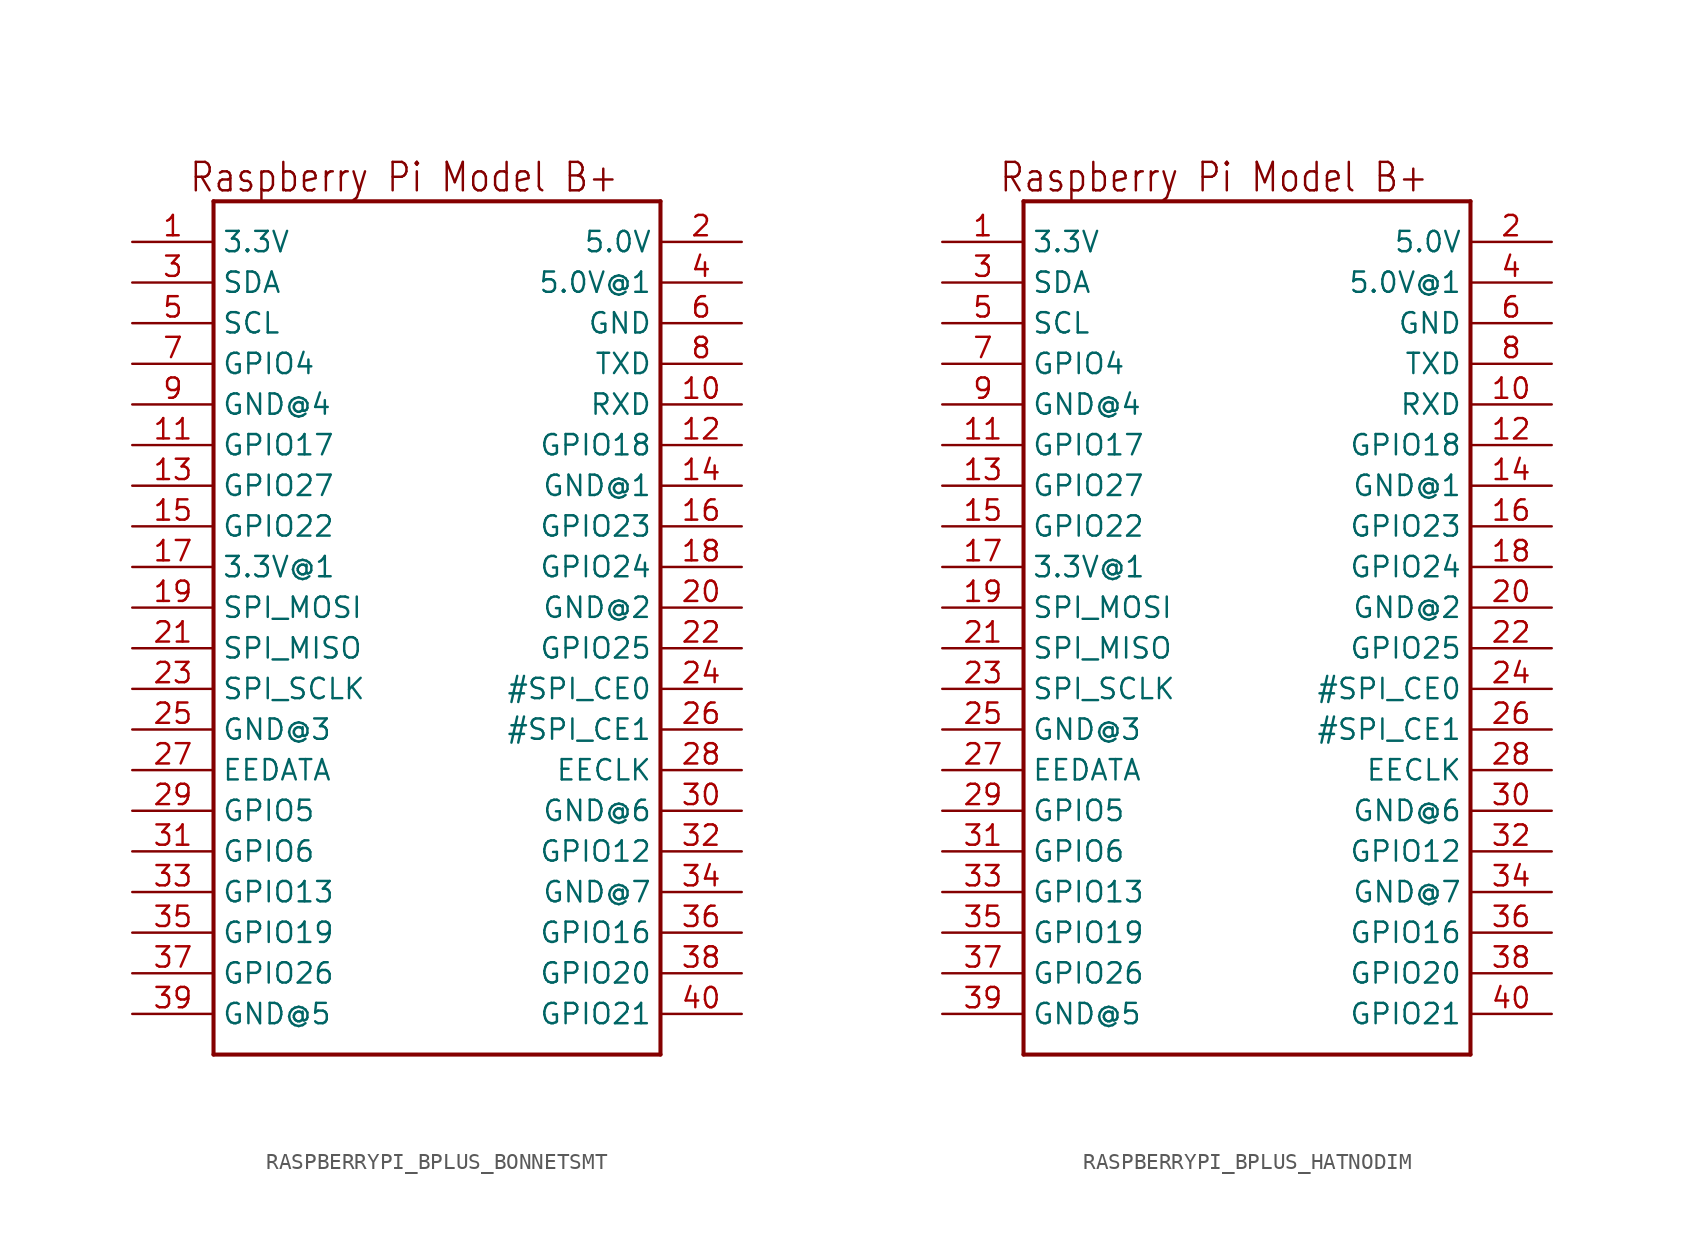
<source format=kicad_sym>
(kicad_symbol_lib
  (version 20220914)
  (generator kicad_symbol_editor)
  (symbol "RASPBERRYPI_BPLUS_BONNETSMT"
    (property "Reference" "RPI"
      (at 0 0 0)
      (effects (font (size 1.27 1.27)) hide))
    (property "ki_locked" ""
      (at 0 0 0)
      (effects (font (size 1.27 1.27))))
    (symbol "RASPBERRYPI_BPLUS_BONNETSMT_1_0"
      (polyline (pts (xy -12.7 -30.48) (xy -12.7 22.86)) (stroke (width 0.254) (type solid)) (fill (type none)))
      (polyline (pts (xy -12.7 22.86) (xy 15.24 22.86)) (stroke (width 0.254) (type solid)) (fill (type none)))
      (polyline (pts (xy 15.24 -30.48) (xy -12.7 -30.48)) (stroke (width 0.254) (type solid)) (fill (type none)))
      (polyline (pts (xy 15.24 22.86) (xy 15.24 -30.48)) (stroke (width 0.254) (type solid)) (fill (type none)))
      (text "Raspberry Pi Model B+" (at 12.7 25.4 0) (effects (font (size 1.778 1.511)) (justify right top)))
      (pin power_in line (at -17.78 20.32 0) (length 5.08) (name "3.3V" (effects (font (size 1.27 1.27)))) (number "1" (effects (font (size 1.27 1.27)))))
      (pin bidirectional line (at 20.32 10.16 180) (length 5.08) (name "RXD" (effects (font (size 1.27 1.27)))) (number "10" (effects (font (size 1.27 1.27)))))
      (pin bidirectional line (at -17.78 7.62 0) (length 5.08) (name "GPIO17" (effects (font (size 1.27 1.27)))) (number "11" (effects (font (size 1.27 1.27)))))
      (pin bidirectional line (at 20.32 7.62 180) (length 5.08) (name "GPIO18" (effects (font (size 1.27 1.27)))) (number "12" (effects (font (size 1.27 1.27)))))
      (pin bidirectional line (at -17.78 5.08 0) (length 5.08) (name "GPIO27" (effects (font (size 1.27 1.27)))) (number "13" (effects (font (size 1.27 1.27)))))
      (pin power_in line (at 20.32 5.08 180) (length 5.08) (name "GND@1" (effects (font (size 1.27 1.27)))) (number "14" (effects (font (size 1.27 1.27)))))
      (pin bidirectional line (at -17.78 2.54 0) (length 5.08) (name "GPIO22" (effects (font (size 1.27 1.27)))) (number "15" (effects (font (size 1.27 1.27)))))
      (pin bidirectional line (at 20.32 2.54 180) (length 5.08) (name "GPIO23" (effects (font (size 1.27 1.27)))) (number "16" (effects (font (size 1.27 1.27)))))
      (pin power_in line (at -17.78 0 0) (length 5.08) (name "3.3V@1" (effects (font (size 1.27 1.27)))) (number "17" (effects (font (size 1.27 1.27)))))
      (pin bidirectional line (at 20.32 0 180) (length 5.08) (name "GPIO24" (effects (font (size 1.27 1.27)))) (number "18" (effects (font (size 1.27 1.27)))))
      (pin bidirectional line (at -17.78 -2.54 0) (length 5.08) (name "SPI_MOSI" (effects (font (size 1.27 1.27)))) (number "19" (effects (font (size 1.27 1.27)))))
      (pin power_in line (at 20.32 20.32 180) (length 5.08) (name "5.0V" (effects (font (size 1.27 1.27)))) (number "2" (effects (font (size 1.27 1.27)))))
      (pin power_in line (at 20.32 -2.54 180) (length 5.08) (name "GND@2" (effects (font (size 1.27 1.27)))) (number "20" (effects (font (size 1.27 1.27)))))
      (pin bidirectional line (at -17.78 -5.08 0) (length 5.08) (name "SPI_MISO" (effects (font (size 1.27 1.27)))) (number "21" (effects (font (size 1.27 1.27)))))
      (pin bidirectional line (at 20.32 -5.08 180) (length 5.08) (name "GPIO25" (effects (font (size 1.27 1.27)))) (number "22" (effects (font (size 1.27 1.27)))))
      (pin bidirectional line (at -17.78 -7.62 0) (length 5.08) (name "SPI_SCLK" (effects (font (size 1.27 1.27)))) (number "23" (effects (font (size 1.27 1.27)))))
      (pin bidirectional line (at 20.32 -7.62 180) (length 5.08) (name "#SPI_CE0" (effects (font (size 1.27 1.27)))) (number "24" (effects (font (size 1.27 1.27)))))
      (pin power_in line (at -17.78 -10.16 0) (length 5.08) (name "GND@3" (effects (font (size 1.27 1.27)))) (number "25" (effects (font (size 1.27 1.27)))))
      (pin bidirectional line (at 20.32 -10.16 180) (length 5.08) (name "#SPI_CE1" (effects (font (size 1.27 1.27)))) (number "26" (effects (font (size 1.27 1.27)))))
      (pin bidirectional line (at -17.78 -12.7 0) (length 5.08) (name "EEDATA" (effects (font (size 1.27 1.27)))) (number "27" (effects (font (size 1.27 1.27)))))
      (pin bidirectional line (at 20.32 -12.7 180) (length 5.08) (name "EECLK" (effects (font (size 1.27 1.27)))) (number "28" (effects (font (size 1.27 1.27)))))
      (pin bidirectional line (at -17.78 -15.24 0) (length 5.08) (name "GPIO5" (effects (font (size 1.27 1.27)))) (number "29" (effects (font (size 1.27 1.27)))))
      (pin bidirectional line (at -17.78 17.78 0) (length 5.08) (name "SDA" (effects (font (size 1.27 1.27)))) (number "3" (effects (font (size 1.27 1.27)))))
      (pin power_in line (at 20.32 -15.24 180) (length 5.08) (name "GND@6" (effects (font (size 1.27 1.27)))) (number "30" (effects (font (size 1.27 1.27)))))
      (pin bidirectional line (at -17.78 -17.78 0) (length 5.08) (name "GPIO6" (effects (font (size 1.27 1.27)))) (number "31" (effects (font (size 1.27 1.27)))))
      (pin bidirectional line (at 20.32 -17.78 180) (length 5.08) (name "GPIO12" (effects (font (size 1.27 1.27)))) (number "32" (effects (font (size 1.27 1.27)))))
      (pin bidirectional line (at -17.78 -20.32 0) (length 5.08) (name "GPIO13" (effects (font (size 1.27 1.27)))) (number "33" (effects (font (size 1.27 1.27)))))
      (pin power_in line (at 20.32 -20.32 180) (length 5.08) (name "GND@7" (effects (font (size 1.27 1.27)))) (number "34" (effects (font (size 1.27 1.27)))))
      (pin bidirectional line (at -17.78 -22.86 0) (length 5.08) (name "GPIO19" (effects (font (size 1.27 1.27)))) (number "35" (effects (font (size 1.27 1.27)))))
      (pin bidirectional line (at 20.32 -22.86 180) (length 5.08) (name "GPIO16" (effects (font (size 1.27 1.27)))) (number "36" (effects (font (size 1.27 1.27)))))
      (pin bidirectional line (at -17.78 -25.4 0) (length 5.08) (name "GPIO26" (effects (font (size 1.27 1.27)))) (number "37" (effects (font (size 1.27 1.27)))))
      (pin bidirectional line (at 20.32 -25.4 180) (length 5.08) (name "GPIO20" (effects (font (size 1.27 1.27)))) (number "38" (effects (font (size 1.27 1.27)))))
      (pin power_in line (at -17.78 -27.94 0) (length 5.08) (name "GND@5" (effects (font (size 1.27 1.27)))) (number "39" (effects (font (size 1.27 1.27)))))
      (pin power_in line (at 20.32 17.78 180) (length 5.08) (name "5.0V@1" (effects (font (size 1.27 1.27)))) (number "4" (effects (font (size 1.27 1.27)))))
      (pin bidirectional line (at 20.32 -27.94 180) (length 5.08) (name "GPIO21" (effects (font (size 1.27 1.27)))) (number "40" (effects (font (size 1.27 1.27)))))
      (pin bidirectional line (at -17.78 15.24 0) (length 5.08) (name "SCL" (effects (font (size 1.27 1.27)))) (number "5" (effects (font (size 1.27 1.27)))))
      (pin power_in line (at 20.32 15.24 180) (length 5.08) (name "GND" (effects (font (size 1.27 1.27)))) (number "6" (effects (font (size 1.27 1.27)))))
      (pin bidirectional line (at -17.78 12.7 0) (length 5.08) (name "GPIO4" (effects (font (size 1.27 1.27)))) (number "7" (effects (font (size 1.27 1.27)))))
      (pin bidirectional line (at 20.32 12.7 180) (length 5.08) (name "TXD" (effects (font (size 1.27 1.27)))) (number "8" (effects (font (size 1.27 1.27)))))
      (pin power_in line (at -17.78 10.16 0) (length 5.08) (name "GND@4" (effects (font (size 1.27 1.27)))) (number "9" (effects (font (size 1.27 1.27)))))))
  (symbol "RASPBERRYPI_BPLUS_HATNODIM"
    (property "Reference" "RPI"
      (at 0 0 0)
      (effects (font (size 1.27 1.27)) hide))
    (property "ki_locked" ""
      (at 0 0 0)
      (effects (font (size 1.27 1.27))))
    (symbol "RASPBERRYPI_BPLUS_HATNODIM_1_0"
      (polyline (pts (xy -12.7 -30.48) (xy -12.7 22.86)) (stroke (width 0.254) (type solid)) (fill (type none)))
      (polyline (pts (xy -12.7 22.86) (xy 15.24 22.86)) (stroke (width 0.254) (type solid)) (fill (type none)))
      (polyline (pts (xy 15.24 -30.48) (xy -12.7 -30.48)) (stroke (width 0.254) (type solid)) (fill (type none)))
      (polyline (pts (xy 15.24 22.86) (xy 15.24 -30.48)) (stroke (width 0.254) (type solid)) (fill (type none)))
      (text "Raspberry Pi Model B+" (at 12.7 25.4 0) (effects (font (size 1.778 1.511)) (justify right top)))
      (pin power_in line (at -17.78 20.32 0) (length 5.08) (name "3.3V" (effects (font (size 1.27 1.27)))) (number "1" (effects (font (size 1.27 1.27)))))
      (pin bidirectional line (at 20.32 10.16 180) (length 5.08) (name "RXD" (effects (font (size 1.27 1.27)))) (number "10" (effects (font (size 1.27 1.27)))))
      (pin bidirectional line (at -17.78 7.62 0) (length 5.08) (name "GPIO17" (effects (font (size 1.27 1.27)))) (number "11" (effects (font (size 1.27 1.27)))))
      (pin bidirectional line (at 20.32 7.62 180) (length 5.08) (name "GPIO18" (effects (font (size 1.27 1.27)))) (number "12" (effects (font (size 1.27 1.27)))))
      (pin bidirectional line (at -17.78 5.08 0) (length 5.08) (name "GPIO27" (effects (font (size 1.27 1.27)))) (number "13" (effects (font (size 1.27 1.27)))))
      (pin power_in line (at 20.32 5.08 180) (length 5.08) (name "GND@1" (effects (font (size 1.27 1.27)))) (number "14" (effects (font (size 1.27 1.27)))))
      (pin bidirectional line (at -17.78 2.54 0) (length 5.08) (name "GPIO22" (effects (font (size 1.27 1.27)))) (number "15" (effects (font (size 1.27 1.27)))))
      (pin bidirectional line (at 20.32 2.54 180) (length 5.08) (name "GPIO23" (effects (font (size 1.27 1.27)))) (number "16" (effects (font (size 1.27 1.27)))))
      (pin power_in line (at -17.78 0 0) (length 5.08) (name "3.3V@1" (effects (font (size 1.27 1.27)))) (number "17" (effects (font (size 1.27 1.27)))))
      (pin bidirectional line (at 20.32 0 180) (length 5.08) (name "GPIO24" (effects (font (size 1.27 1.27)))) (number "18" (effects (font (size 1.27 1.27)))))
      (pin bidirectional line (at -17.78 -2.54 0) (length 5.08) (name "SPI_MOSI" (effects (font (size 1.27 1.27)))) (number "19" (effects (font (size 1.27 1.27)))))
      (pin power_in line (at 20.32 20.32 180) (length 5.08) (name "5.0V" (effects (font (size 1.27 1.27)))) (number "2" (effects (font (size 1.27 1.27)))))
      (pin power_in line (at 20.32 -2.54 180) (length 5.08) (name "GND@2" (effects (font (size 1.27 1.27)))) (number "20" (effects (font (size 1.27 1.27)))))
      (pin bidirectional line (at -17.78 -5.08 0) (length 5.08) (name "SPI_MISO" (effects (font (size 1.27 1.27)))) (number "21" (effects (font (size 1.27 1.27)))))
      (pin bidirectional line (at 20.32 -5.08 180) (length 5.08) (name "GPIO25" (effects (font (size 1.27 1.27)))) (number "22" (effects (font (size 1.27 1.27)))))
      (pin bidirectional line (at -17.78 -7.62 0) (length 5.08) (name "SPI_SCLK" (effects (font (size 1.27 1.27)))) (number "23" (effects (font (size 1.27 1.27)))))
      (pin bidirectional line (at 20.32 -7.62 180) (length 5.08) (name "#SPI_CE0" (effects (font (size 1.27 1.27)))) (number "24" (effects (font (size 1.27 1.27)))))
      (pin power_in line (at -17.78 -10.16 0) (length 5.08) (name "GND@3" (effects (font (size 1.27 1.27)))) (number "25" (effects (font (size 1.27 1.27)))))
      (pin bidirectional line (at 20.32 -10.16 180) (length 5.08) (name "#SPI_CE1" (effects (font (size 1.27 1.27)))) (number "26" (effects (font (size 1.27 1.27)))))
      (pin bidirectional line (at -17.78 -12.7 0) (length 5.08) (name "EEDATA" (effects (font (size 1.27 1.27)))) (number "27" (effects (font (size 1.27 1.27)))))
      (pin bidirectional line (at 20.32 -12.7 180) (length 5.08) (name "EECLK" (effects (font (size 1.27 1.27)))) (number "28" (effects (font (size 1.27 1.27)))))
      (pin bidirectional line (at -17.78 -15.24 0) (length 5.08) (name "GPIO5" (effects (font (size 1.27 1.27)))) (number "29" (effects (font (size 1.27 1.27)))))
      (pin bidirectional line (at -17.78 17.78 0) (length 5.08) (name "SDA" (effects (font (size 1.27 1.27)))) (number "3" (effects (font (size 1.27 1.27)))))
      (pin power_in line (at 20.32 -15.24 180) (length 5.08) (name "GND@6" (effects (font (size 1.27 1.27)))) (number "30" (effects (font (size 1.27 1.27)))))
      (pin bidirectional line (at -17.78 -17.78 0) (length 5.08) (name "GPIO6" (effects (font (size 1.27 1.27)))) (number "31" (effects (font (size 1.27 1.27)))))
      (pin bidirectional line (at 20.32 -17.78 180) (length 5.08) (name "GPIO12" (effects (font (size 1.27 1.27)))) (number "32" (effects (font (size 1.27 1.27)))))
      (pin bidirectional line (at -17.78 -20.32 0) (length 5.08) (name "GPIO13" (effects (font (size 1.27 1.27)))) (number "33" (effects (font (size 1.27 1.27)))))
      (pin power_in line (at 20.32 -20.32 180) (length 5.08) (name "GND@7" (effects (font (size 1.27 1.27)))) (number "34" (effects (font (size 1.27 1.27)))))
      (pin bidirectional line (at -17.78 -22.86 0) (length 5.08) (name "GPIO19" (effects (font (size 1.27 1.27)))) (number "35" (effects (font (size 1.27 1.27)))))
      (pin bidirectional line (at 20.32 -22.86 180) (length 5.08) (name "GPIO16" (effects (font (size 1.27 1.27)))) (number "36" (effects (font (size 1.27 1.27)))))
      (pin bidirectional line (at -17.78 -25.4 0) (length 5.08) (name "GPIO26" (effects (font (size 1.27 1.27)))) (number "37" (effects (font (size 1.27 1.27)))))
      (pin bidirectional line (at 20.32 -25.4 180) (length 5.08) (name "GPIO20" (effects (font (size 1.27 1.27)))) (number "38" (effects (font (size 1.27 1.27)))))
      (pin power_in line (at -17.78 -27.94 0) (length 5.08) (name "GND@5" (effects (font (size 1.27 1.27)))) (number "39" (effects (font (size 1.27 1.27)))))
      (pin power_in line (at 20.32 17.78 180) (length 5.08) (name "5.0V@1" (effects (font (size 1.27 1.27)))) (number "4" (effects (font (size 1.27 1.27)))))
      (pin bidirectional line (at 20.32 -27.94 180) (length 5.08) (name "GPIO21" (effects (font (size 1.27 1.27)))) (number "40" (effects (font (size 1.27 1.27)))))
      (pin bidirectional line (at -17.78 15.24 0) (length 5.08) (name "SCL" (effects (font (size 1.27 1.27)))) (number "5" (effects (font (size 1.27 1.27)))))
      (pin power_in line (at 20.32 15.24 180) (length 5.08) (name "GND" (effects (font (size 1.27 1.27)))) (number "6" (effects (font (size 1.27 1.27)))))
      (pin bidirectional line (at -17.78 12.7 0) (length 5.08) (name "GPIO4" (effects (font (size 1.27 1.27)))) (number "7" (effects (font (size 1.27 1.27)))))
      (pin bidirectional line (at 20.32 12.7 180) (length 5.08) (name "TXD" (effects (font (size 1.27 1.27)))) (number "8" (effects (font (size 1.27 1.27)))))
      (pin power_in line (at -17.78 10.16 0) (length 5.08) (name "GND@4" (effects (font (size 1.27 1.27)))) (number "9" (effects (font (size 1.27 1.27))))))))
</source>
